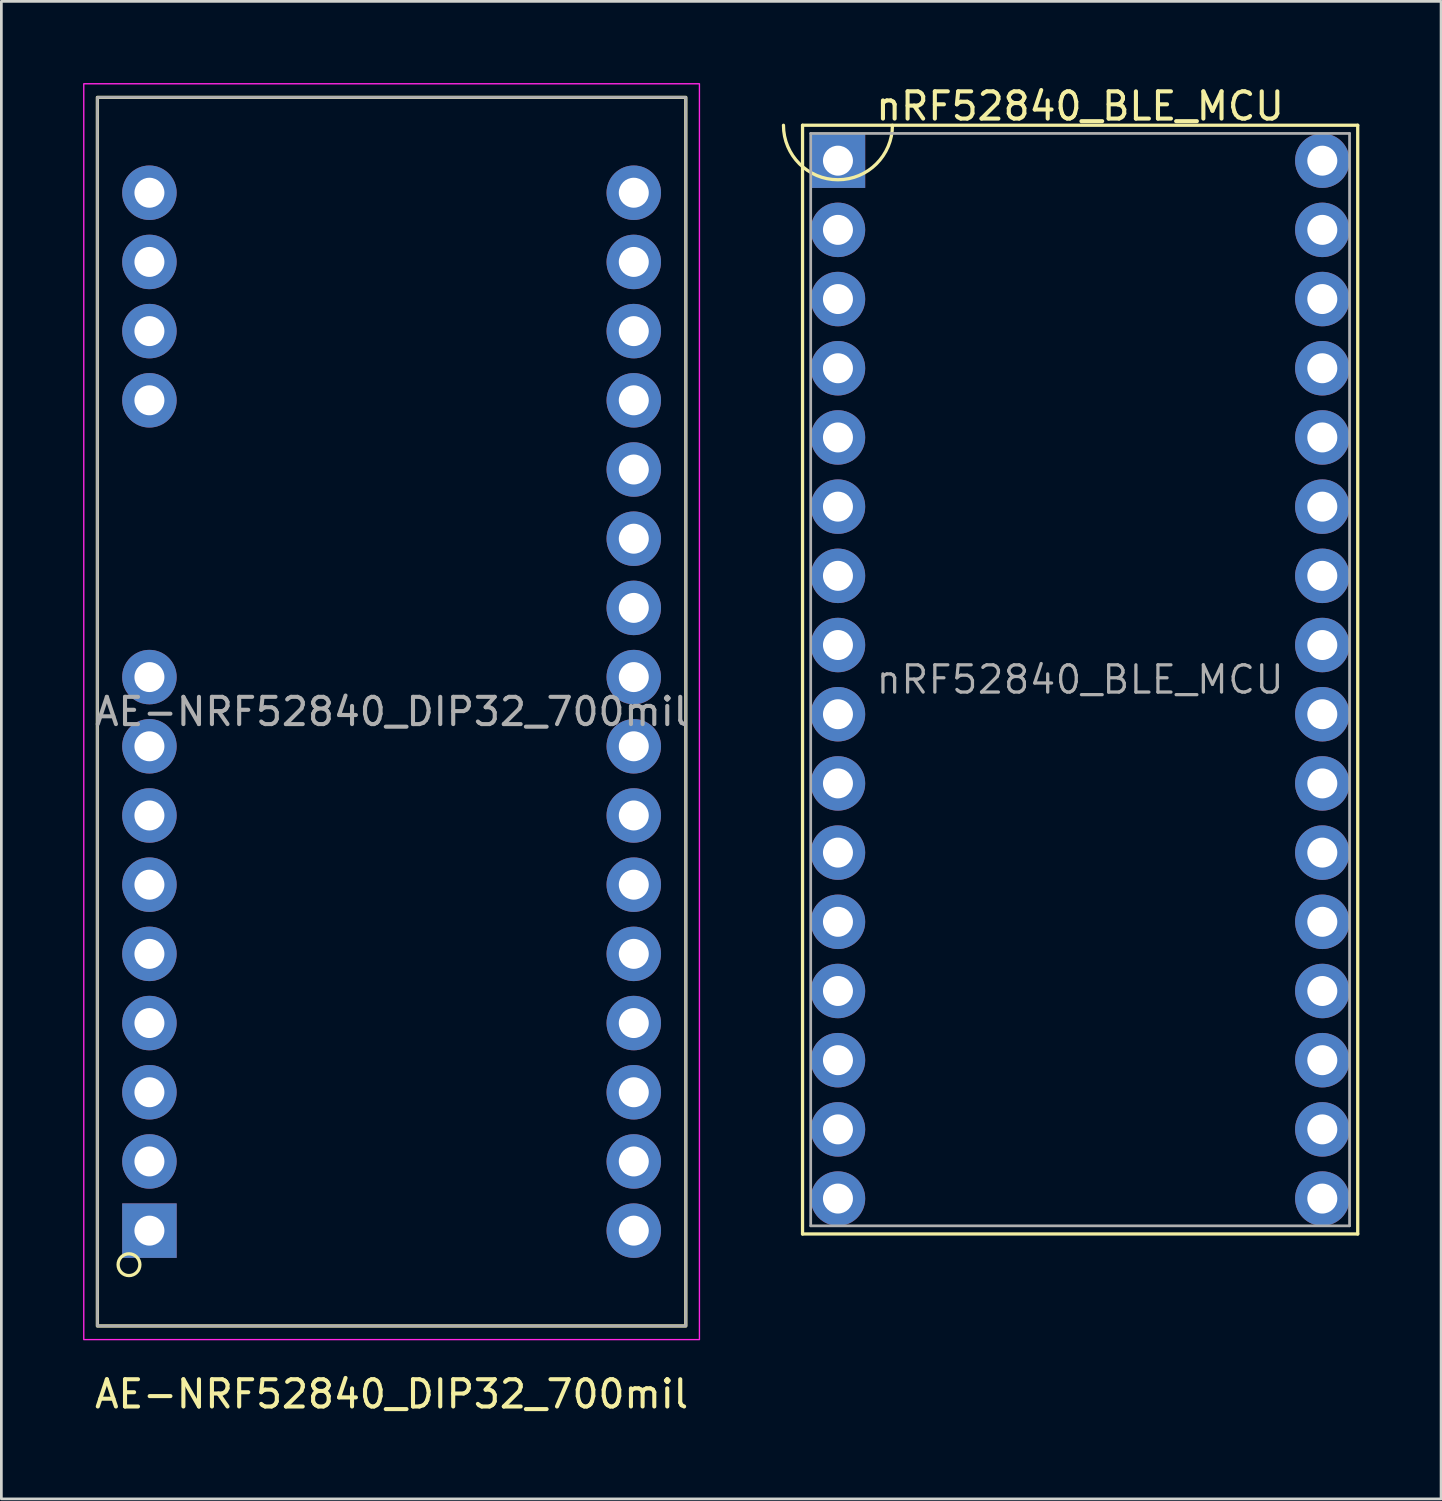
<source format=kicad_pcb>
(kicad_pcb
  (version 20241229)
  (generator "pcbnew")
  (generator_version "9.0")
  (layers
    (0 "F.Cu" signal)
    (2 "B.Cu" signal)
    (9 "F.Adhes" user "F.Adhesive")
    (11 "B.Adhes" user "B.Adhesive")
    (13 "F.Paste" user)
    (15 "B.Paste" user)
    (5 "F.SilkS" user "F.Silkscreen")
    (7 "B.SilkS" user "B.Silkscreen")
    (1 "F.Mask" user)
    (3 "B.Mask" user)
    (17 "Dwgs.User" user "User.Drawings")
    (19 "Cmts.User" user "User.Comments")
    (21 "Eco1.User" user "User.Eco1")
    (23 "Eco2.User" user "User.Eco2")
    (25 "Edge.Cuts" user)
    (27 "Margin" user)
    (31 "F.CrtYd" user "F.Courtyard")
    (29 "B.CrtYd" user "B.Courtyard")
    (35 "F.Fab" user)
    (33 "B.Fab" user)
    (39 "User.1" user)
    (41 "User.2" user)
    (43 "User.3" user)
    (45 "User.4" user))
  (footprint "nRF52840_BLE_MCU"
    (layer "F.Cu")
    (at 27.71 2.848)
    (property "Reference" "nRF52840_BLE_MCU" (at 8.89 -2 0) (layer "F.SilkS") (effects (font (size 1 1) (thickness 0.15))))
    (attr through_hole)
    (fp_line (start -1.3 -1.3) (end 19.08 -1.3) (stroke (width 0.12) (type solid)) (layer "F.SilkS"))
    (fp_line (start -1.3 39.4) (end -1.3 -1.3) (stroke (width 0.12) (type solid)) (layer "F.SilkS"))
    (fp_line (start 19.08 -1.3) (end 19.08 39.4) (stroke (width 0.12) (type solid)) (layer "F.SilkS"))
    (fp_line (start 19.08 39.4) (end -1.3 39.4) (stroke (width 0.12) (type solid)) (layer "F.SilkS"))
    (fp_arc (start 2 -1.3) (mid 0 0.7) (end -2 -1.3) (stroke (width 0.12) (type solid)) (layer "F.SilkS"))
    (fp_line (start -1 -1) (end 18.78 -1) (stroke (width 0.1) (type solid)) (layer "F.Fab"))
    (fp_line (start -1 39.1) (end -1 -1) (stroke (width 0.1) (type solid)) (layer "F.Fab"))
    (fp_line (start 18.78 -1) (end 18.78 39.1) (stroke (width 0.1) (type solid)) (layer "F.Fab"))
    (fp_line (start 18.78 39.1) (end -1 39.1) (stroke (width 0.1) (type solid)) (layer "F.Fab"))
    (fp_text user "${REFERENCE}" (at 8.89 19.05 0) (layer "F.Fab") (effects (font (size 1 1) (thickness 0.12))))
    (pad "1" thru_hole rect (at 0 0) (size 2 2) (drill 1.1) (layers "*.Cu" "*.Mask"))
    (pad "2" thru_hole circle (at 0 2.54) (size 2 2) (drill 1.1) (layers "*.Cu" "*.Mask"))
    (pad "3" thru_hole circle (at 0 5.08) (size 2 2) (drill 1.1) (layers "*.Cu" "*.Mask"))
    (pad "4" thru_hole circle (at 0 7.62) (size 2 2) (drill 1.1) (layers "*.Cu" "*.Mask"))
    (pad "5" thru_hole circle (at 0 10.16) (size 2 2) (drill 1.1) (layers "*.Cu" "*.Mask"))
    (pad "6" thru_hole circle (at 0 12.7) (size 2 2) (drill 1.1) (layers "*.Cu" "*.Mask"))
    (pad "7" thru_hole circle (at 0 15.24) (size 2 2) (drill 1.1) (layers "*.Cu" "*.Mask"))
    (pad "8" thru_hole circle (at 0 17.78) (size 2 2) (drill 1.1) (layers "*.Cu" "*.Mask"))
    (pad "9" thru_hole circle (at 0 20.32) (size 2 2) (drill 1.1) (layers "*.Cu" "*.Mask"))
    (pad "10" thru_hole circle (at 0 22.86) (size 2 2) (drill 1.1) (layers "*.Cu" "*.Mask"))
    (pad "11" thru_hole circle (at 0 25.4) (size 2 2) (drill 1.1) (layers "*.Cu" "*.Mask"))
    (pad "12" thru_hole circle (at 0 27.94) (size 2 2) (drill 1.1) (layers "*.Cu" "*.Mask"))
    (pad "13" thru_hole circle (at 0 30.48) (size 2 2) (drill 1.1) (layers "*.Cu" "*.Mask"))
    (pad "14" thru_hole circle (at 0 33.02) (size 2 2) (drill 1.1) (layers "*.Cu" "*.Mask"))
    (pad "15" thru_hole circle (at 0 35.56) (size 2 2) (drill 1.1) (layers "*.Cu" "*.Mask"))
    (pad "16" thru_hole circle (at 0 38.1) (size 2 2) (drill 1.1) (layers "*.Cu" "*.Mask"))
    (pad "17" thru_hole circle (at 17.78 38.1) (size 2 2) (drill 1.1) (layers "*.Cu" "*.Mask"))
    (pad "18" thru_hole circle (at 17.78 35.56) (size 2 2) (drill 1.1) (layers "*.Cu" "*.Mask"))
    (pad "19" thru_hole circle (at 17.78 33.02) (size 2 2) (drill 1.1) (layers "*.Cu" "*.Mask"))
    (pad "20" thru_hole circle (at 17.78 30.48) (size 2 2) (drill 1.1) (layers "*.Cu" "*.Mask"))
    (pad "21" thru_hole circle (at 17.78 27.94) (size 2 2) (drill 1.1) (layers "*.Cu" "*.Mask"))
    (pad "22" thru_hole circle (at 17.78 25.4) (size 2 2) (drill 1.1) (layers "*.Cu" "*.Mask"))
    (pad "23" thru_hole circle (at 17.78 22.86) (size 2 2) (drill 1.1) (layers "*.Cu" "*.Mask"))
    (pad "24" thru_hole circle (at 17.78 20.32) (size 2 2) (drill 1.1) (layers "*.Cu" "*.Mask"))
    (pad "25" thru_hole circle (at 17.78 17.78) (size 2 2) (drill 1.1) (layers "*.Cu" "*.Mask"))
    (pad "26" thru_hole circle (at 17.78 15.24) (size 2 2) (drill 1.1) (layers "*.Cu" "*.Mask"))
    (pad "27" thru_hole circle (at 17.78 12.7) (size 2 2) (drill 1.1) (layers "*.Cu" "*.Mask"))
    (pad "28" thru_hole circle (at 17.78 10.16) (size 2 2) (drill 1.1) (layers "*.Cu" "*.Mask"))
    (pad "29" thru_hole circle (at 17.78 7.62) (size 2 2) (drill 1.1) (layers "*.Cu" "*.Mask"))
    (pad "30" thru_hole circle (at 17.78 5.08) (size 2 2) (drill 1.1) (layers "*.Cu" "*.Mask"))
    (pad "31" thru_hole circle (at 17.78 2.54) (size 2 2) (drill 1.1) (layers "*.Cu" "*.Mask"))
    (pad "32" thru_hole circle (at 17.78 0) (size 2 2) (drill 1.1) (layers "*.Cu" "*.Mask")))
  (footprint "AE-NRF52840_DIP32_700mil"
    (layer "F.Cu")
    (at 2.435 42.125)
    (property "Reference" "AE-NRF52840_DIP32_700mil" (at 8.89 6 0) (layer "F.SilkS") (effects (font (size 1 1) (thickness 0.15))))
    (attr through_hole)
    (fp_rect (start -1.91 3.5) (end 19.69 -41.6) (stroke (width 0.12) (type solid)) (fill no) (layer "F.SilkS"))
    (fp_circle (center -0.75 1.25) (end -0.35 1.25) (stroke (width 0.12) (type solid)) (fill no) (layer "F.SilkS"))
    (fp_rect (start -2.41 4) (end 20.19 -42.1) (stroke (width 0.05) (type solid)) (fill no) (layer "F.CrtYd"))
    (fp_rect (start -1.91 3.5) (end 19.69 -41.6) (stroke (width 0.1) (type solid)) (fill no) (layer "F.Fab"))
    (fp_text user "${REFERENCE}" (at 8.89 -19.05 0) (layer "F.Fab") (effects (font (size 1 1) (thickness 0.15))))
    (pad "1" thru_hole rect (at 0 0) (size 2 2) (drill 1.1) (layers "*.Cu" "*.Mask"))
    (pad "2" thru_hole oval (at 0 -2.54) (size 2 2) (drill 1.1) (layers "*.Cu" "*.Mask"))
    (pad "3" thru_hole oval (at 0 -5.08) (size 2 2) (drill 1.1) (layers "*.Cu" "*.Mask"))
    (pad "4" thru_hole oval (at 0 -7.62) (size 2 2) (drill 1.1) (layers "*.Cu" "*.Mask"))
    (pad "5" thru_hole oval (at 0 -10.16) (size 2 2) (drill 1.1) (layers "*.Cu" "*.Mask"))
    (pad "6" thru_hole oval (at 0 -12.7) (size 2 2) (drill 1.1) (layers "*.Cu" "*.Mask"))
    (pad "7" thru_hole oval (at 0 -15.24) (size 2 2) (drill 1.1) (layers "*.Cu" "*.Mask"))
    (pad "8" thru_hole oval (at 0 -17.78) (size 2 2) (drill 1.1) (layers "*.Cu" "*.Mask"))
    (pad "9" thru_hole oval (at 0 -20.32) (size 2 2) (drill 1.1) (layers "*.Cu" "*.Mask"))
    (pad "13" thru_hole oval (at 0 -30.48) (size 2 2) (drill 1.1) (layers "*.Cu" "*.Mask"))
    (pad "14" thru_hole oval (at 0 -33.02) (size 2 2) (drill 1.1) (layers "*.Cu" "*.Mask"))
    (pad "15" thru_hole oval (at 0 -35.56) (size 2 2) (drill 1.1) (layers "*.Cu" "*.Mask"))
    (pad "16" thru_hole oval (at 0 -38.1) (size 2 2) (drill 1.1) (layers "*.Cu" "*.Mask"))
    (pad "17" thru_hole oval (at 17.78 -38.1) (size 2 2) (drill 1.1) (layers "*.Cu" "*.Mask"))
    (pad "18" thru_hole oval (at 17.78 -35.56) (size 2 2) (drill 1.1) (layers "*.Cu" "*.Mask"))
    (pad "19" thru_hole oval (at 17.78 -33.02) (size 2 2) (drill 1.1) (layers "*.Cu" "*.Mask"))
    (pad "20" thru_hole oval (at 17.78 -30.48) (size 2 2) (drill 1.1) (layers "*.Cu" "*.Mask"))
    (pad "21" thru_hole oval (at 17.78 -27.94) (size 2 2) (drill 1.1) (layers "*.Cu" "*.Mask"))
    (pad "22" thru_hole oval (at 17.78 -25.4) (size 2 2) (drill 1.1) (layers "*.Cu" "*.Mask"))
    (pad "23" thru_hole oval (at 17.78 -22.86) (size 2 2) (drill 1.1) (layers "*.Cu" "*.Mask"))
    (pad "24" thru_hole oval (at 17.78 -20.32) (size 2 2) (drill 1.1) (layers "*.Cu" "*.Mask"))
    (pad "25" thru_hole oval (at 17.78 -17.78) (size 2 2) (drill 1.1) (layers "*.Cu" "*.Mask"))
    (pad "26" thru_hole oval (at 17.78 -15.24) (size 2 2) (drill 1.1) (layers "*.Cu" "*.Mask"))
    (pad "27" thru_hole oval (at 17.78 -12.7) (size 2 2) (drill 1.1) (layers "*.Cu" "*.Mask"))
    (pad "28" thru_hole oval (at 17.78 -10.16) (size 2 2) (drill 1.1) (layers "*.Cu" "*.Mask"))
    (pad "29" thru_hole oval (at 17.78 -7.62) (size 2 2) (drill 1.1) (layers "*.Cu" "*.Mask"))
    (pad "30" thru_hole oval (at 17.78 -5.08) (size 2 2) (drill 1.1) (layers "*.Cu" "*.Mask"))
    (pad "31" thru_hole oval (at 17.78 -2.54) (size 2 2) (drill 1.1) (layers "*.Cu" "*.Mask"))
    (pad "32" thru_hole oval (at 17.78 0) (size 2 2) (drill 1.1) (layers "*.Cu" "*.Mask")))
  (gr_rect
    (start -3 -3)
    (end 49.85 51.973)
    (stroke (width 0.1) (type default))
    (fill no)
    (layer "Edge.Cuts")))
</source>
